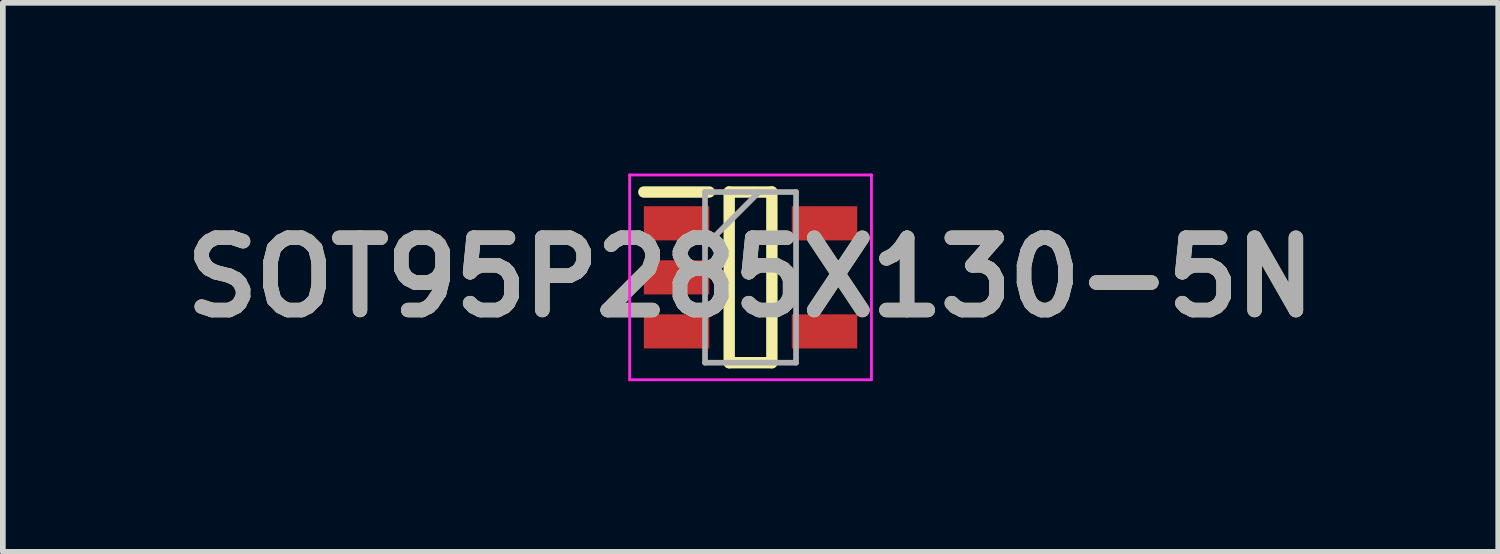
<source format=kicad_pcb>
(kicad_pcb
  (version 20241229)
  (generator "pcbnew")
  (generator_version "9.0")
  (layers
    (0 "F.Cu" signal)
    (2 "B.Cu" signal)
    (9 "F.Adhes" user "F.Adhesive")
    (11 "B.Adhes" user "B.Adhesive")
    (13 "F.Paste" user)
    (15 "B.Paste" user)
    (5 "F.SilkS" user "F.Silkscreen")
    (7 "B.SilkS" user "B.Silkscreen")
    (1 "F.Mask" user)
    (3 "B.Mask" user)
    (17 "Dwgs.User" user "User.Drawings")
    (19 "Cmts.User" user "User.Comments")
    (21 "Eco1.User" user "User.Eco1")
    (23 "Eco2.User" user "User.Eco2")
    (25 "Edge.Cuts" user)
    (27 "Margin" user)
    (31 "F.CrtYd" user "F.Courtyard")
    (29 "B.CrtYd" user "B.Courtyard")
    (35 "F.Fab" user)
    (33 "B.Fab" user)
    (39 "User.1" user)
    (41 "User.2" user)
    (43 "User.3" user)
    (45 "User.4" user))
  (footprint "SOT95P285X130-5N"
    (layer "F.Cu")
    (at 10.142 1.825)
    (property "Reference" "SOT95P285X130-5N" (at 0 0 0) (layer "F.SilkS") (effects (font (size 1.27 1.27) (thickness 0.254))))
    (attr smd)
    (fp_line (start -1.875 -1.5) (end -0.725 -1.5) (stroke (width 0.2) (type solid)) (layer "F.SilkS"))
    (fp_line (start -0.375 -1.5) (end 0.375 -1.5) (stroke (width 0.2) (type solid)) (layer "F.SilkS"))
    (fp_line (start -0.375 1.5) (end -0.375 -1.5) (stroke (width 0.2) (type solid)) (layer "F.SilkS"))
    (fp_line (start 0.375 -1.5) (end 0.375 1.5) (stroke (width 0.2) (type solid)) (layer "F.SilkS"))
    (fp_line (start 0.375 1.5) (end -0.375 1.5) (stroke (width 0.2) (type solid)) (layer "F.SilkS"))
    (fp_line (start -2.125 -1.8) (end 2.125 -1.8) (stroke (width 0.05) (type solid)) (layer "F.CrtYd"))
    (fp_line (start -2.125 1.8) (end -2.125 -1.8) (stroke (width 0.05) (type solid)) (layer "F.CrtYd"))
    (fp_line (start 2.125 -1.8) (end 2.125 1.8) (stroke (width 0.05) (type solid)) (layer "F.CrtYd"))
    (fp_line (start 2.125 1.8) (end -2.125 1.8) (stroke (width 0.05) (type solid)) (layer "F.CrtYd"))
    (fp_line (start -0.8 -1.5) (end 0.8 -1.5) (stroke (width 0.1) (type solid)) (layer "F.Fab"))
    (fp_line (start -0.8 -0.55) (end 0.15 -1.5) (stroke (width 0.1) (type solid)) (layer "F.Fab"))
    (fp_line (start -0.8 1.5) (end -0.8 -1.5) (stroke (width 0.1) (type solid)) (layer "F.Fab"))
    (fp_line (start 0.8 -1.5) (end 0.8 1.5) (stroke (width 0.1) (type solid)) (layer "F.Fab"))
    (fp_line (start 0.8 1.5) (end -0.8 1.5) (stroke (width 0.1) (type solid)) (layer "F.Fab"))
    (fp_text user "${REFERENCE}" (at 0 0 0) (layer "F.Fab") (effects (font (size 1.27 1.27) (thickness 0.254))))
    (pad "1" smd rect (at -1.3 -0.95 90) (size 0.6 1.15) (layers "F.Cu" "F.Mask" "F.Paste"))
    (pad "2" smd rect (at -1.3 0 90) (size 0.6 1.15) (layers "F.Cu" "F.Mask" "F.Paste"))
    (pad "3" smd rect (at -1.3 0.95 90) (size 0.6 1.15) (layers "F.Cu" "F.Mask" "F.Paste"))
    (pad "4" smd rect (at 1.3 0.95 90) (size 0.6 1.15) (layers "F.Cu" "F.Mask" "F.Paste"))
    (pad "5" smd rect (at 1.3 -0.95 90) (size 0.6 1.15) (layers "F.Cu" "F.Mask" "F.Paste")))
  (gr_rect
    (start -3 -3)
    (end 23.284 6.65)
    (stroke (width 0.1) (type default))
    (fill no)
    (layer "Edge.Cuts")))
</source>
